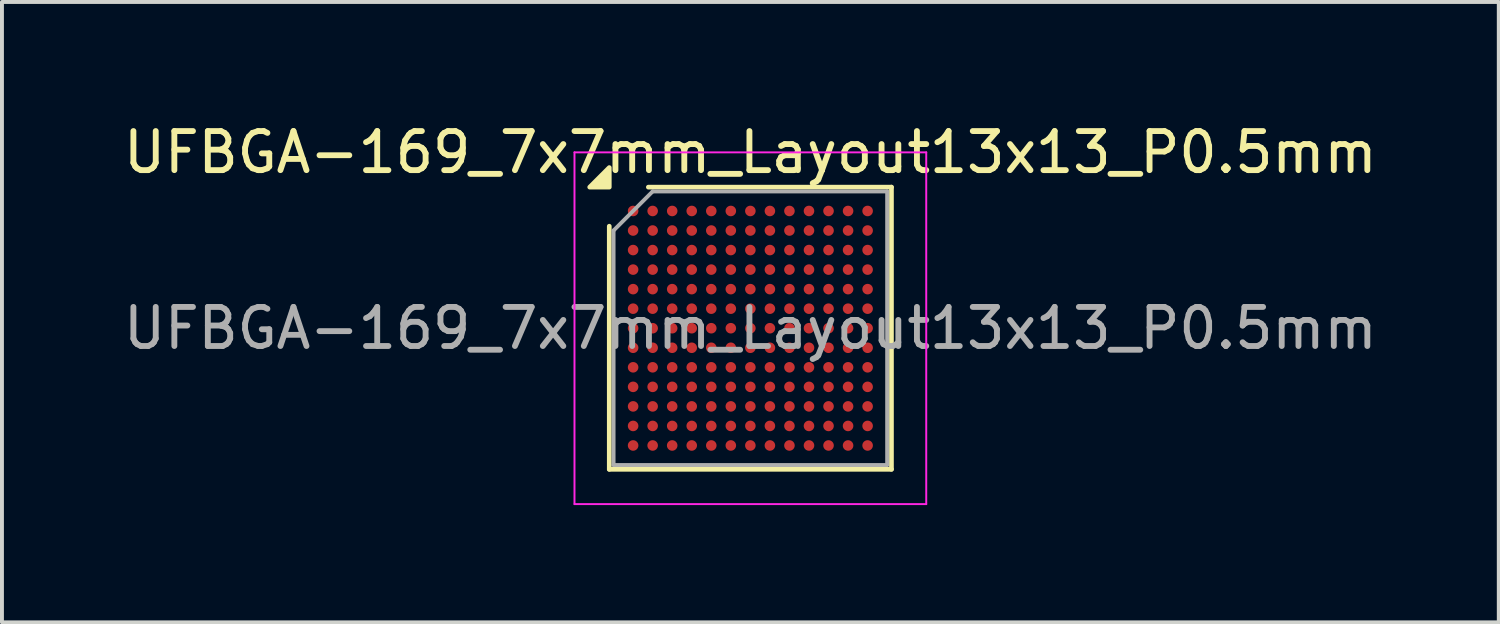
<source format=kicad_pcb>
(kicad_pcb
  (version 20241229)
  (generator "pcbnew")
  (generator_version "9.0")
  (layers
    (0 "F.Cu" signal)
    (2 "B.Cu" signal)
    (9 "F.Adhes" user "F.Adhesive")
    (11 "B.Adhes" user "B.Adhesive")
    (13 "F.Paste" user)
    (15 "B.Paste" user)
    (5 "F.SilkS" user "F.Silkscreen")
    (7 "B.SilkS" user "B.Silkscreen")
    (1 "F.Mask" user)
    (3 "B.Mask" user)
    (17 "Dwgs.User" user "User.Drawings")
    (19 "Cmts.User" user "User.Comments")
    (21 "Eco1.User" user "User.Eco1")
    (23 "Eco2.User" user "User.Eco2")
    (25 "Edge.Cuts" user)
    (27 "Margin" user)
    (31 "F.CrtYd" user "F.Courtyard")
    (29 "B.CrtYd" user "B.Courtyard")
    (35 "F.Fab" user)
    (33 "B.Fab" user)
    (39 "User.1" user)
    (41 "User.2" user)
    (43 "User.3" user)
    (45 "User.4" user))
  (footprint "UFBGA-169_7x7mm_Layout13x13_P0.5mm"
    (layer "F.Cu")
    (at 16.149 5.348)
    (property "Reference" "UFBGA-169_7x7mm_Layout13x13_P0.5mm" (at 0 -4.5 0) (layer "F.SilkS") (effects (font (size 1 1) (thickness 0.15))))
    (attr smd)
    (fp_line (start -3.61 3.61) (end -3.61 -2.61) (stroke (width 0.12) (type solid)) (layer "F.SilkS"))
    (fp_line (start -2.61 -3.61) (end 3.61 -3.61) (stroke (width 0.12) (type solid)) (layer "F.SilkS"))
    (fp_line (start 3.61 -3.61) (end 3.61 3.61) (stroke (width 0.12) (type solid)) (layer "F.SilkS"))
    (fp_line (start 3.61 3.61) (end -3.61 3.61) (stroke (width 0.12) (type solid)) (layer "F.SilkS"))
    (fp_poly (pts (xy -3.61 -3.61) (xy -4.11 -3.61) (xy -3.61 -4.11) (xy -3.61 -3.61)) (stroke (width 0.12) (type solid)) (fill yes) (layer "F.SilkS"))
    (fp_line (start -4.5 -4.5) (end -4.5 4.5) (stroke (width 0.05) (type solid)) (layer "F.CrtYd"))
    (fp_line (start -4.5 4.5) (end 4.5 4.5) (stroke (width 0.05) (type solid)) (layer "F.CrtYd"))
    (fp_line (start 4.5 -4.5) (end -4.5 -4.5) (stroke (width 0.05) (type solid)) (layer "F.CrtYd"))
    (fp_line (start 4.5 4.5) (end 4.5 -4.5) (stroke (width 0.05) (type solid)) (layer "F.CrtYd"))
    (fp_line (start -3.5 -2.5) (end -2.5 -3.5) (stroke (width 0.1) (type solid)) (layer "F.Fab"))
    (fp_line (start -3.5 3.5) (end -3.5 -2.5) (stroke (width 0.1) (type solid)) (layer "F.Fab"))
    (fp_line (start -2.5 -3.5) (end 3.5 -3.5) (stroke (width 0.1) (type solid)) (layer "F.Fab"))
    (fp_line (start 3.5 -3.5) (end 3.5 3.5) (stroke (width 0.1) (type solid)) (layer "F.Fab"))
    (fp_line (start 3.5 3.5) (end -3.5 3.5) (stroke (width 0.1) (type solid)) (layer "F.Fab"))
    (fp_text user "${REFERENCE}" (at 0 0 0) (layer "F.Fab") (effects (font (size 1 1) (thickness 0.15))))
    (pad "A1" smd circle (at -3 -3) (size 0.27 0.27) (property pad_prop_bga) (layers "F.Cu" "F.Mask" "F.Paste"))
    (pad "A2" smd circle (at -2.5 -3) (size 0.27 0.27) (property pad_prop_bga) (layers "F.Cu" "F.Mask" "F.Paste"))
    (pad "A3" smd circle (at -2 -3) (size 0.27 0.27) (property pad_prop_bga) (layers "F.Cu" "F.Mask" "F.Paste"))
    (pad "A4" smd circle (at -1.5 -3) (size 0.27 0.27) (property pad_prop_bga) (layers "F.Cu" "F.Mask" "F.Paste"))
    (pad "A5" smd circle (at -1 -3) (size 0.27 0.27) (property pad_prop_bga) (layers "F.Cu" "F.Mask" "F.Paste"))
    (pad "A6" smd circle (at -0.5 -3) (size 0.27 0.27) (property pad_prop_bga) (layers "F.Cu" "F.Mask" "F.Paste"))
    (pad "A7" smd circle (at 0 -3) (size 0.27 0.27) (property pad_prop_bga) (layers "F.Cu" "F.Mask" "F.Paste"))
    (pad "A8" smd circle (at 0.5 -3) (size 0.27 0.27) (property pad_prop_bga) (layers "F.Cu" "F.Mask" "F.Paste"))
    (pad "A9" smd circle (at 1 -3) (size 0.27 0.27) (property pad_prop_bga) (layers "F.Cu" "F.Mask" "F.Paste"))
    (pad "A10" smd circle (at 1.5 -3) (size 0.27 0.27) (property pad_prop_bga) (layers "F.Cu" "F.Mask" "F.Paste"))
    (pad "A11" smd circle (at 2 -3) (size 0.27 0.27) (property pad_prop_bga) (layers "F.Cu" "F.Mask" "F.Paste"))
    (pad "A12" smd circle (at 2.5 -3) (size 0.27 0.27) (property pad_prop_bga) (layers "F.Cu" "F.Mask" "F.Paste"))
    (pad "A13" smd circle (at 3 -3) (size 0.27 0.27) (property pad_prop_bga) (layers "F.Cu" "F.Mask" "F.Paste"))
    (pad "B1" smd circle (at -3 -2.5) (size 0.27 0.27) (property pad_prop_bga) (layers "F.Cu" "F.Mask" "F.Paste"))
    (pad "B2" smd circle (at -2.5 -2.5) (size 0.27 0.27) (property pad_prop_bga) (layers "F.Cu" "F.Mask" "F.Paste"))
    (pad "B3" smd circle (at -2 -2.5) (size 0.27 0.27) (property pad_prop_bga) (layers "F.Cu" "F.Mask" "F.Paste"))
    (pad "B4" smd circle (at -1.5 -2.5) (size 0.27 0.27) (property pad_prop_bga) (layers "F.Cu" "F.Mask" "F.Paste"))
    (pad "B5" smd circle (at -1 -2.5) (size 0.27 0.27) (property pad_prop_bga) (layers "F.Cu" "F.Mask" "F.Paste"))
    (pad "B6" smd circle (at -0.5 -2.5) (size 0.27 0.27) (property pad_prop_bga) (layers "F.Cu" "F.Mask" "F.Paste"))
    (pad "B7" smd circle (at 0 -2.5) (size 0.27 0.27) (property pad_prop_bga) (layers "F.Cu" "F.Mask" "F.Paste"))
    (pad "B8" smd circle (at 0.5 -2.5) (size 0.27 0.27) (property pad_prop_bga) (layers "F.Cu" "F.Mask" "F.Paste"))
    (pad "B9" smd circle (at 1 -2.5) (size 0.27 0.27) (property pad_prop_bga) (layers "F.Cu" "F.Mask" "F.Paste"))
    (pad "B10" smd circle (at 1.5 -2.5) (size 0.27 0.27) (property pad_prop_bga) (layers "F.Cu" "F.Mask" "F.Paste"))
    (pad "B11" smd circle (at 2 -2.5) (size 0.27 0.27) (property pad_prop_bga) (layers "F.Cu" "F.Mask" "F.Paste"))
    (pad "B12" smd circle (at 2.5 -2.5) (size 0.27 0.27) (property pad_prop_bga) (layers "F.Cu" "F.Mask" "F.Paste"))
    (pad "B13" smd circle (at 3 -2.5) (size 0.27 0.27) (property pad_prop_bga) (layers "F.Cu" "F.Mask" "F.Paste"))
    (pad "C1" smd circle (at -3 -2) (size 0.27 0.27) (property pad_prop_bga) (layers "F.Cu" "F.Mask" "F.Paste"))
    (pad "C2" smd circle (at -2.5 -2) (size 0.27 0.27) (property pad_prop_bga) (layers "F.Cu" "F.Mask" "F.Paste"))
    (pad "C3" smd circle (at -2 -2) (size 0.27 0.27) (property pad_prop_bga) (layers "F.Cu" "F.Mask" "F.Paste"))
    (pad "C4" smd circle (at -1.5 -2) (size 0.27 0.27) (property pad_prop_bga) (layers "F.Cu" "F.Mask" "F.Paste"))
    (pad "C5" smd circle (at -1 -2) (size 0.27 0.27) (property pad_prop_bga) (layers "F.Cu" "F.Mask" "F.Paste"))
    (pad "C6" smd circle (at -0.5 -2) (size 0.27 0.27) (property pad_prop_bga) (layers "F.Cu" "F.Mask" "F.Paste"))
    (pad "C7" smd circle (at 0 -2) (size 0.27 0.27) (property pad_prop_bga) (layers "F.Cu" "F.Mask" "F.Paste"))
    (pad "C8" smd circle (at 0.5 -2) (size 0.27 0.27) (property pad_prop_bga) (layers "F.Cu" "F.Mask" "F.Paste"))
    (pad "C9" smd circle (at 1 -2) (size 0.27 0.27) (property pad_prop_bga) (layers "F.Cu" "F.Mask" "F.Paste"))
    (pad "C10" smd circle (at 1.5 -2) (size 0.27 0.27) (property pad_prop_bga) (layers "F.Cu" "F.Mask" "F.Paste"))
    (pad "C11" smd circle (at 2 -2) (size 0.27 0.27) (property pad_prop_bga) (layers "F.Cu" "F.Mask" "F.Paste"))
    (pad "C12" smd circle (at 2.5 -2) (size 0.27 0.27) (property pad_prop_bga) (layers "F.Cu" "F.Mask" "F.Paste"))
    (pad "C13" smd circle (at 3 -2) (size 0.27 0.27) (property pad_prop_bga) (layers "F.Cu" "F.Mask" "F.Paste"))
    (pad "D1" smd circle (at -3 -1.5) (size 0.27 0.27) (property pad_prop_bga) (layers "F.Cu" "F.Mask" "F.Paste"))
    (pad "D2" smd circle (at -2.5 -1.5) (size 0.27 0.27) (property pad_prop_bga) (layers "F.Cu" "F.Mask" "F.Paste"))
    (pad "D3" smd circle (at -2 -1.5) (size 0.27 0.27) (property pad_prop_bga) (layers "F.Cu" "F.Mask" "F.Paste"))
    (pad "D4" smd circle (at -1.5 -1.5) (size 0.27 0.27) (property pad_prop_bga) (layers "F.Cu" "F.Mask" "F.Paste"))
    (pad "D5" smd circle (at -1 -1.5) (size 0.27 0.27) (property pad_prop_bga) (layers "F.Cu" "F.Mask" "F.Paste"))
    (pad "D6" smd circle (at -0.5 -1.5) (size 0.27 0.27) (property pad_prop_bga) (layers "F.Cu" "F.Mask" "F.Paste"))
    (pad "D7" smd circle (at 0 -1.5) (size 0.27 0.27) (property pad_prop_bga) (layers "F.Cu" "F.Mask" "F.Paste"))
    (pad "D8" smd circle (at 0.5 -1.5) (size 0.27 0.27) (property pad_prop_bga) (layers "F.Cu" "F.Mask" "F.Paste"))
    (pad "D9" smd circle (at 1 -1.5) (size 0.27 0.27) (property pad_prop_bga) (layers "F.Cu" "F.Mask" "F.Paste"))
    (pad "D10" smd circle (at 1.5 -1.5) (size 0.27 0.27) (property pad_prop_bga) (layers "F.Cu" "F.Mask" "F.Paste"))
    (pad "D11" smd circle (at 2 -1.5) (size 0.27 0.27) (property pad_prop_bga) (layers "F.Cu" "F.Mask" "F.Paste"))
    (pad "D12" smd circle (at 2.5 -1.5) (size 0.27 0.27) (property pad_prop_bga) (layers "F.Cu" "F.Mask" "F.Paste"))
    (pad "D13" smd circle (at 3 -1.5) (size 0.27 0.27) (property pad_prop_bga) (layers "F.Cu" "F.Mask" "F.Paste"))
    (pad "E1" smd circle (at -3 -1) (size 0.27 0.27) (property pad_prop_bga) (layers "F.Cu" "F.Mask" "F.Paste"))
    (pad "E2" smd circle (at -2.5 -1) (size 0.27 0.27) (property pad_prop_bga) (layers "F.Cu" "F.Mask" "F.Paste"))
    (pad "E3" smd circle (at -2 -1) (size 0.27 0.27) (property pad_prop_bga) (layers "F.Cu" "F.Mask" "F.Paste"))
    (pad "E4" smd circle (at -1.5 -1) (size 0.27 0.27) (property pad_prop_bga) (layers "F.Cu" "F.Mask" "F.Paste"))
    (pad "E5" smd circle (at -1 -1) (size 0.27 0.27) (property pad_prop_bga) (layers "F.Cu" "F.Mask" "F.Paste"))
    (pad "E6" smd circle (at -0.5 -1) (size 0.27 0.27) (property pad_prop_bga) (layers "F.Cu" "F.Mask" "F.Paste"))
    (pad "E7" smd circle (at 0 -1) (size 0.27 0.27) (property pad_prop_bga) (layers "F.Cu" "F.Mask" "F.Paste"))
    (pad "E8" smd circle (at 0.5 -1) (size 0.27 0.27) (property pad_prop_bga) (layers "F.Cu" "F.Mask" "F.Paste"))
    (pad "E9" smd circle (at 1 -1) (size 0.27 0.27) (property pad_prop_bga) (layers "F.Cu" "F.Mask" "F.Paste"))
    (pad "E10" smd circle (at 1.5 -1) (size 0.27 0.27) (property pad_prop_bga) (layers "F.Cu" "F.Mask" "F.Paste"))
    (pad "E11" smd circle (at 2 -1) (size 0.27 0.27) (property pad_prop_bga) (layers "F.Cu" "F.Mask" "F.Paste"))
    (pad "E12" smd circle (at 2.5 -1) (size 0.27 0.27) (property pad_prop_bga) (layers "F.Cu" "F.Mask" "F.Paste"))
    (pad "E13" smd circle (at 3 -1) (size 0.27 0.27) (property pad_prop_bga) (layers "F.Cu" "F.Mask" "F.Paste"))
    (pad "F1" smd circle (at -3 -0.5) (size 0.27 0.27) (property pad_prop_bga) (layers "F.Cu" "F.Mask" "F.Paste"))
    (pad "F2" smd circle (at -2.5 -0.5) (size 0.27 0.27) (property pad_prop_bga) (layers "F.Cu" "F.Mask" "F.Paste"))
    (pad "F3" smd circle (at -2 -0.5) (size 0.27 0.27) (property pad_prop_bga) (layers "F.Cu" "F.Mask" "F.Paste"))
    (pad "F4" smd circle (at -1.5 -0.5) (size 0.27 0.27) (property pad_prop_bga) (layers "F.Cu" "F.Mask" "F.Paste"))
    (pad "F5" smd circle (at -1 -0.5) (size 0.27 0.27) (property pad_prop_bga) (layers "F.Cu" "F.Mask" "F.Paste"))
    (pad "F6" smd circle (at -0.5 -0.5) (size 0.27 0.27) (property pad_prop_bga) (layers "F.Cu" "F.Mask" "F.Paste"))
    (pad "F7" smd circle (at 0 -0.5) (size 0.27 0.27) (property pad_prop_bga) (layers "F.Cu" "F.Mask" "F.Paste"))
    (pad "F8" smd circle (at 0.5 -0.5) (size 0.27 0.27) (property pad_prop_bga) (layers "F.Cu" "F.Mask" "F.Paste"))
    (pad "F9" smd circle (at 1 -0.5) (size 0.27 0.27) (property pad_prop_bga) (layers "F.Cu" "F.Mask" "F.Paste"))
    (pad "F10" smd circle (at 1.5 -0.5) (size 0.27 0.27) (property pad_prop_bga) (layers "F.Cu" "F.Mask" "F.Paste"))
    (pad "F11" smd circle (at 2 -0.5) (size 0.27 0.27) (property pad_prop_bga) (layers "F.Cu" "F.Mask" "F.Paste"))
    (pad "F12" smd circle (at 2.5 -0.5) (size 0.27 0.27) (property pad_prop_bga) (layers "F.Cu" "F.Mask" "F.Paste"))
    (pad "F13" smd circle (at 3 -0.5) (size 0.27 0.27) (property pad_prop_bga) (layers "F.Cu" "F.Mask" "F.Paste"))
    (pad "G1" smd circle (at -3 0) (size 0.27 0.27) (property pad_prop_bga) (layers "F.Cu" "F.Mask" "F.Paste"))
    (pad "G2" smd circle (at -2.5 0) (size 0.27 0.27) (property pad_prop_bga) (layers "F.Cu" "F.Mask" "F.Paste"))
    (pad "G3" smd circle (at -2 0) (size 0.27 0.27) (property pad_prop_bga) (layers "F.Cu" "F.Mask" "F.Paste"))
    (pad "G4" smd circle (at -1.5 0) (size 0.27 0.27) (property pad_prop_bga) (layers "F.Cu" "F.Mask" "F.Paste"))
    (pad "G5" smd circle (at -1 0) (size 0.27 0.27) (property pad_prop_bga) (layers "F.Cu" "F.Mask" "F.Paste"))
    (pad "G6" smd circle (at -0.5 0) (size 0.27 0.27) (property pad_prop_bga) (layers "F.Cu" "F.Mask" "F.Paste"))
    (pad "G7" smd circle (at 0 0) (size 0.27 0.27) (property pad_prop_bga) (layers "F.Cu" "F.Mask" "F.Paste"))
    (pad "G8" smd circle (at 0.5 0) (size 0.27 0.27) (property pad_prop_bga) (layers "F.Cu" "F.Mask" "F.Paste"))
    (pad "G9" smd circle (at 1 0) (size 0.27 0.27) (property pad_prop_bga) (layers "F.Cu" "F.Mask" "F.Paste"))
    (pad "G10" smd circle (at 1.5 0) (size 0.27 0.27) (property pad_prop_bga) (layers "F.Cu" "F.Mask" "F.Paste"))
    (pad "G11" smd circle (at 2 0) (size 0.27 0.27) (property pad_prop_bga) (layers "F.Cu" "F.Mask" "F.Paste"))
    (pad "G12" smd circle (at 2.5 0) (size 0.27 0.27) (property pad_prop_bga) (layers "F.Cu" "F.Mask" "F.Paste"))
    (pad "G13" smd circle (at 3 0) (size 0.27 0.27) (property pad_prop_bga) (layers "F.Cu" "F.Mask" "F.Paste"))
    (pad "H1" smd circle (at -3 0.5) (size 0.27 0.27) (property pad_prop_bga) (layers "F.Cu" "F.Mask" "F.Paste"))
    (pad "H2" smd circle (at -2.5 0.5) (size 0.27 0.27) (property pad_prop_bga) (layers "F.Cu" "F.Mask" "F.Paste"))
    (pad "H3" smd circle (at -2 0.5) (size 0.27 0.27) (property pad_prop_bga) (layers "F.Cu" "F.Mask" "F.Paste"))
    (pad "H4" smd circle (at -1.5 0.5) (size 0.27 0.27) (property pad_prop_bga) (layers "F.Cu" "F.Mask" "F.Paste"))
    (pad "H5" smd circle (at -1 0.5) (size 0.27 0.27) (property pad_prop_bga) (layers "F.Cu" "F.Mask" "F.Paste"))
    (pad "H6" smd circle (at -0.5 0.5) (size 0.27 0.27) (property pad_prop_bga) (layers "F.Cu" "F.Mask" "F.Paste"))
    (pad "H7" smd circle (at 0 0.5) (size 0.27 0.27) (property pad_prop_bga) (layers "F.Cu" "F.Mask" "F.Paste"))
    (pad "H8" smd circle (at 0.5 0.5) (size 0.27 0.27) (property pad_prop_bga) (layers "F.Cu" "F.Mask" "F.Paste"))
    (pad "H9" smd circle (at 1 0.5) (size 0.27 0.27) (property pad_prop_bga) (layers "F.Cu" "F.Mask" "F.Paste"))
    (pad "H10" smd circle (at 1.5 0.5) (size 0.27 0.27) (property pad_prop_bga) (layers "F.Cu" "F.Mask" "F.Paste"))
    (pad "H11" smd circle (at 2 0.5) (size 0.27 0.27) (property pad_prop_bga) (layers "F.Cu" "F.Mask" "F.Paste"))
    (pad "H12" smd circle (at 2.5 0.5) (size 0.27 0.27) (property pad_prop_bga) (layers "F.Cu" "F.Mask" "F.Paste"))
    (pad "H13" smd circle (at 3 0.5) (size 0.27 0.27) (property pad_prop_bga) (layers "F.Cu" "F.Mask" "F.Paste"))
    (pad "J1" smd circle (at -3 1) (size 0.27 0.27) (property pad_prop_bga) (layers "F.Cu" "F.Mask" "F.Paste"))
    (pad "J2" smd circle (at -2.5 1) (size 0.27 0.27) (property pad_prop_bga) (layers "F.Cu" "F.Mask" "F.Paste"))
    (pad "J3" smd circle (at -2 1) (size 0.27 0.27) (property pad_prop_bga) (layers "F.Cu" "F.Mask" "F.Paste"))
    (pad "J4" smd circle (at -1.5 1) (size 0.27 0.27) (property pad_prop_bga) (layers "F.Cu" "F.Mask" "F.Paste"))
    (pad "J5" smd circle (at -1 1) (size 0.27 0.27) (property pad_prop_bga) (layers "F.Cu" "F.Mask" "F.Paste"))
    (pad "J6" smd circle (at -0.5 1) (size 0.27 0.27) (property pad_prop_bga) (layers "F.Cu" "F.Mask" "F.Paste"))
    (pad "J7" smd circle (at 0 1) (size 0.27 0.27) (property pad_prop_bga) (layers "F.Cu" "F.Mask" "F.Paste"))
    (pad "J8" smd circle (at 0.5 1) (size 0.27 0.27) (property pad_prop_bga) (layers "F.Cu" "F.Mask" "F.Paste"))
    (pad "J9" smd circle (at 1 1) (size 0.27 0.27) (property pad_prop_bga) (layers "F.Cu" "F.Mask" "F.Paste"))
    (pad "J10" smd circle (at 1.5 1) (size 0.27 0.27) (property pad_prop_bga) (layers "F.Cu" "F.Mask" "F.Paste"))
    (pad "J11" smd circle (at 2 1) (size 0.27 0.27) (property pad_prop_bga) (layers "F.Cu" "F.Mask" "F.Paste"))
    (pad "J12" smd circle (at 2.5 1) (size 0.27 0.27) (property pad_prop_bga) (layers "F.Cu" "F.Mask" "F.Paste"))
    (pad "J13" smd circle (at 3 1) (size 0.27 0.27) (property pad_prop_bga) (layers "F.Cu" "F.Mask" "F.Paste"))
    (pad "K1" smd circle (at -3 1.5) (size 0.27 0.27) (property pad_prop_bga) (layers "F.Cu" "F.Mask" "F.Paste"))
    (pad "K2" smd circle (at -2.5 1.5) (size 0.27 0.27) (property pad_prop_bga) (layers "F.Cu" "F.Mask" "F.Paste"))
    (pad "K3" smd circle (at -2 1.5) (size 0.27 0.27) (property pad_prop_bga) (layers "F.Cu" "F.Mask" "F.Paste"))
    (pad "K4" smd circle (at -1.5 1.5) (size 0.27 0.27) (property pad_prop_bga) (layers "F.Cu" "F.Mask" "F.Paste"))
    (pad "K5" smd circle (at -1 1.5) (size 0.27 0.27) (property pad_prop_bga) (layers "F.Cu" "F.Mask" "F.Paste"))
    (pad "K6" smd circle (at -0.5 1.5) (size 0.27 0.27) (property pad_prop_bga) (layers "F.Cu" "F.Mask" "F.Paste"))
    (pad "K7" smd circle (at 0 1.5) (size 0.27 0.27) (property pad_prop_bga) (layers "F.Cu" "F.Mask" "F.Paste"))
    (pad "K8" smd circle (at 0.5 1.5) (size 0.27 0.27) (property pad_prop_bga) (layers "F.Cu" "F.Mask" "F.Paste"))
    (pad "K9" smd circle (at 1 1.5) (size 0.27 0.27) (property pad_prop_bga) (layers "F.Cu" "F.Mask" "F.Paste"))
    (pad "K10" smd circle (at 1.5 1.5) (size 0.27 0.27) (property pad_prop_bga) (layers "F.Cu" "F.Mask" "F.Paste"))
    (pad "K11" smd circle (at 2 1.5) (size 0.27 0.27) (property pad_prop_bga) (layers "F.Cu" "F.Mask" "F.Paste"))
    (pad "K12" smd circle (at 2.5 1.5) (size 0.27 0.27) (property pad_prop_bga) (layers "F.Cu" "F.Mask" "F.Paste"))
    (pad "K13" smd circle (at 3 1.5) (size 0.27 0.27) (property pad_prop_bga) (layers "F.Cu" "F.Mask" "F.Paste"))
    (pad "L1" smd circle (at -3 2) (size 0.27 0.27) (property pad_prop_bga) (layers "F.Cu" "F.Mask" "F.Paste"))
    (pad "L2" smd circle (at -2.5 2) (size 0.27 0.27) (property pad_prop_bga) (layers "F.Cu" "F.Mask" "F.Paste"))
    (pad "L3" smd circle (at -2 2) (size 0.27 0.27) (property pad_prop_bga) (layers "F.Cu" "F.Mask" "F.Paste"))
    (pad "L4" smd circle (at -1.5 2) (size 0.27 0.27) (property pad_prop_bga) (layers "F.Cu" "F.Mask" "F.Paste"))
    (pad "L5" smd circle (at -1 2) (size 0.27 0.27) (property pad_prop_bga) (layers "F.Cu" "F.Mask" "F.Paste"))
    (pad "L6" smd circle (at -0.5 2) (size 0.27 0.27) (property pad_prop_bga) (layers "F.Cu" "F.Mask" "F.Paste"))
    (pad "L7" smd circle (at 0 2) (size 0.27 0.27) (property pad_prop_bga) (layers "F.Cu" "F.Mask" "F.Paste"))
    (pad "L8" smd circle (at 0.5 2) (size 0.27 0.27) (property pad_prop_bga) (layers "F.Cu" "F.Mask" "F.Paste"))
    (pad "L9" smd circle (at 1 2) (size 0.27 0.27) (property pad_prop_bga) (layers "F.Cu" "F.Mask" "F.Paste"))
    (pad "L10" smd circle (at 1.5 2) (size 0.27 0.27) (property pad_prop_bga) (layers "F.Cu" "F.Mask" "F.Paste"))
    (pad "L11" smd circle (at 2 2) (size 0.27 0.27) (property pad_prop_bga) (layers "F.Cu" "F.Mask" "F.Paste"))
    (pad "L12" smd circle (at 2.5 2) (size 0.27 0.27) (property pad_prop_bga) (layers "F.Cu" "F.Mask" "F.Paste"))
    (pad "L13" smd circle (at 3 2) (size 0.27 0.27) (property pad_prop_bga) (layers "F.Cu" "F.Mask" "F.Paste"))
    (pad "M1" smd circle (at -3 2.5) (size 0.27 0.27) (property pad_prop_bga) (layers "F.Cu" "F.Mask" "F.Paste"))
    (pad "M2" smd circle (at -2.5 2.5) (size 0.27 0.27) (property pad_prop_bga) (layers "F.Cu" "F.Mask" "F.Paste"))
    (pad "M3" smd circle (at -2 2.5) (size 0.27 0.27) (property pad_prop_bga) (layers "F.Cu" "F.Mask" "F.Paste"))
    (pad "M4" smd circle (at -1.5 2.5) (size 0.27 0.27) (property pad_prop_bga) (layers "F.Cu" "F.Mask" "F.Paste"))
    (pad "M5" smd circle (at -1 2.5) (size 0.27 0.27) (property pad_prop_bga) (layers "F.Cu" "F.Mask" "F.Paste"))
    (pad "M6" smd circle (at -0.5 2.5) (size 0.27 0.27) (property pad_prop_bga) (layers "F.Cu" "F.Mask" "F.Paste"))
    (pad "M7" smd circle (at 0 2.5) (size 0.27 0.27) (property pad_prop_bga) (layers "F.Cu" "F.Mask" "F.Paste"))
    (pad "M8" smd circle (at 0.5 2.5) (size 0.27 0.27) (property pad_prop_bga) (layers "F.Cu" "F.Mask" "F.Paste"))
    (pad "M9" smd circle (at 1 2.5) (size 0.27 0.27) (property pad_prop_bga) (layers "F.Cu" "F.Mask" "F.Paste"))
    (pad "M10" smd circle (at 1.5 2.5) (size 0.27 0.27) (property pad_prop_bga) (layers "F.Cu" "F.Mask" "F.Paste"))
    (pad "M11" smd circle (at 2 2.5) (size 0.27 0.27) (property pad_prop_bga) (layers "F.Cu" "F.Mask" "F.Paste"))
    (pad "M12" smd circle (at 2.5 2.5) (size 0.27 0.27) (property pad_prop_bga) (layers "F.Cu" "F.Mask" "F.Paste"))
    (pad "M13" smd circle (at 3 2.5) (size 0.27 0.27) (property pad_prop_bga) (layers "F.Cu" "F.Mask" "F.Paste"))
    (pad "N1" smd circle (at -3 3) (size 0.27 0.27) (property pad_prop_bga) (layers "F.Cu" "F.Mask" "F.Paste"))
    (pad "N2" smd circle (at -2.5 3) (size 0.27 0.27) (property pad_prop_bga) (layers "F.Cu" "F.Mask" "F.Paste"))
    (pad "N3" smd circle (at -2 3) (size 0.27 0.27) (property pad_prop_bga) (layers "F.Cu" "F.Mask" "F.Paste"))
    (pad "N4" smd circle (at -1.5 3) (size 0.27 0.27) (property pad_prop_bga) (layers "F.Cu" "F.Mask" "F.Paste"))
    (pad "N5" smd circle (at -1 3) (size 0.27 0.27) (property pad_prop_bga) (layers "F.Cu" "F.Mask" "F.Paste"))
    (pad "N6" smd circle (at -0.5 3) (size 0.27 0.27) (property pad_prop_bga) (layers "F.Cu" "F.Mask" "F.Paste"))
    (pad "N7" smd circle (at 0 3) (size 0.27 0.27) (property pad_prop_bga) (layers "F.Cu" "F.Mask" "F.Paste"))
    (pad "N8" smd circle (at 0.5 3) (size 0.27 0.27) (property pad_prop_bga) (layers "F.Cu" "F.Mask" "F.Paste"))
    (pad "N9" smd circle (at 1 3) (size 0.27 0.27) (property pad_prop_bga) (layers "F.Cu" "F.Mask" "F.Paste"))
    (pad "N10" smd circle (at 1.5 3) (size 0.27 0.27) (property pad_prop_bga) (layers "F.Cu" "F.Mask" "F.Paste"))
    (pad "N11" smd circle (at 2 3) (size 0.27 0.27) (property pad_prop_bga) (layers "F.Cu" "F.Mask" "F.Paste"))
    (pad "N12" smd circle (at 2.5 3) (size 0.27 0.27) (property pad_prop_bga) (layers "F.Cu" "F.Mask" "F.Paste"))
    (pad "N13" smd circle (at 3 3) (size 0.27 0.27) (property pad_prop_bga) (layers "F.Cu" "F.Mask" "F.Paste")))
  (gr_rect
    (start -3 -3)
    (end 35.298 12.873)
    (stroke (width 0.1) (type default))
    (fill no)
    (layer "Edge.Cuts")))
</source>
